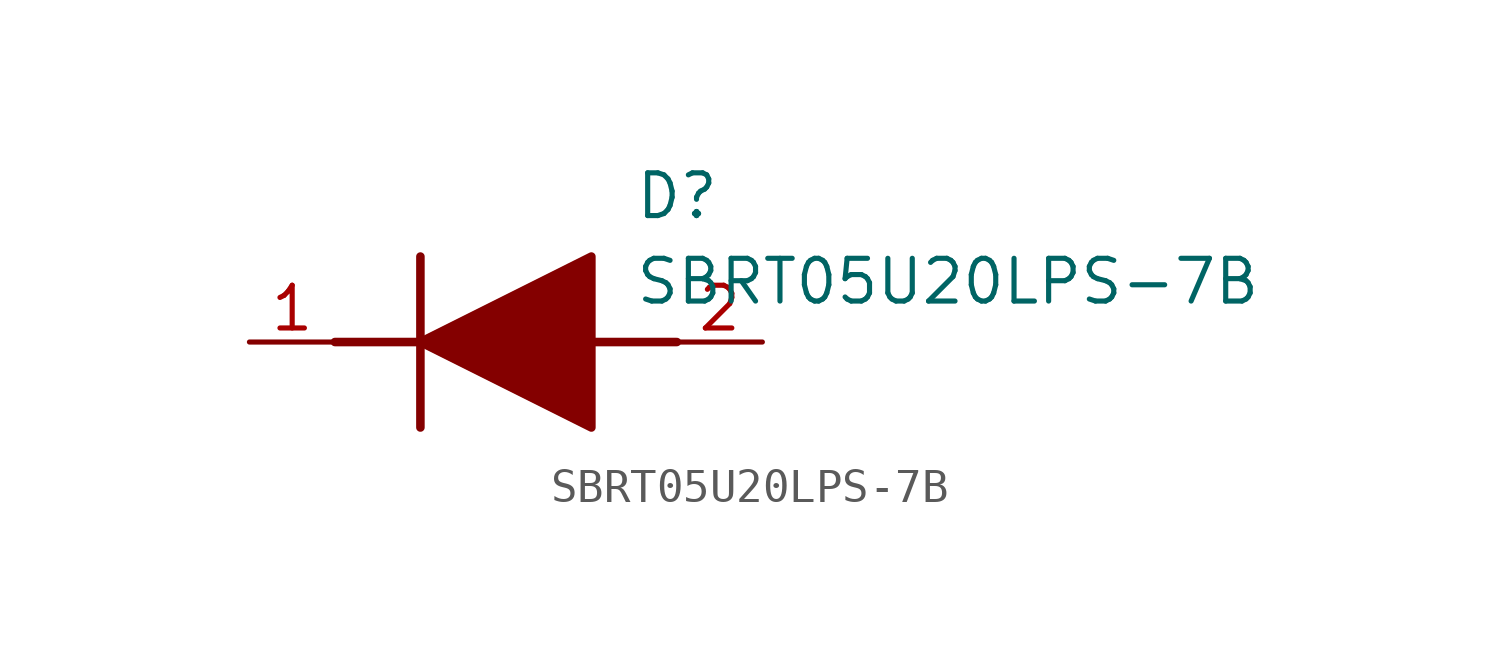
<source format=kicad_sym>
(kicad_symbol_lib
  (version 20211014)
  (generator SamacSys_ECAD_Model)
  (symbol "SBRT05U20LPS-7B"
    (pin_names hide)
    (property "Reference" "D"
      (at 11.43 5.08 0)
      (effects (font (size 1.27 1.27)) (justify left top)))
    (property "Value" "SBRT05U20LPS-7B"
      (at 11.43 2.54 0)
      (effects (font (size 1.27 1.27)) (justify left top)))
    (polyline
      (pts (xy 5.08 2.54) (xy 5.08 -2.54))
      (stroke (width 0.254) (type default))
      (fill (type none)))
    (polyline
      (pts (xy 2.54 0) (xy 5.08 0))
      (stroke (width 0.254) (type default))
      (fill (type none)))
    (polyline
      (pts (xy 10.16 0) (xy 12.7 0))
      (stroke (width 0.254) (type default))
      (fill (type none)))
    (polyline
      (pts (xy 5.08 0) (xy 10.16 2.54) (xy 10.16 -2.54) (xy 5.08 0))
      (stroke (width 0.254) (type default))
      (fill (type outline)))
    (pin passive line
      (at 0 0 0)
      (length 2.54)
      (name "K" (effects (font (size 1.27 1.27))))
      (number "1" (effects (font (size 1.27 1.27)))))
    (pin passive line
      (at 15.24 0 180)
      (length 2.54)
      (name "A" (effects (font (size 1.27 1.27))))
      (number "2" (effects (font (size 1.27 1.27)))))))
</source>
